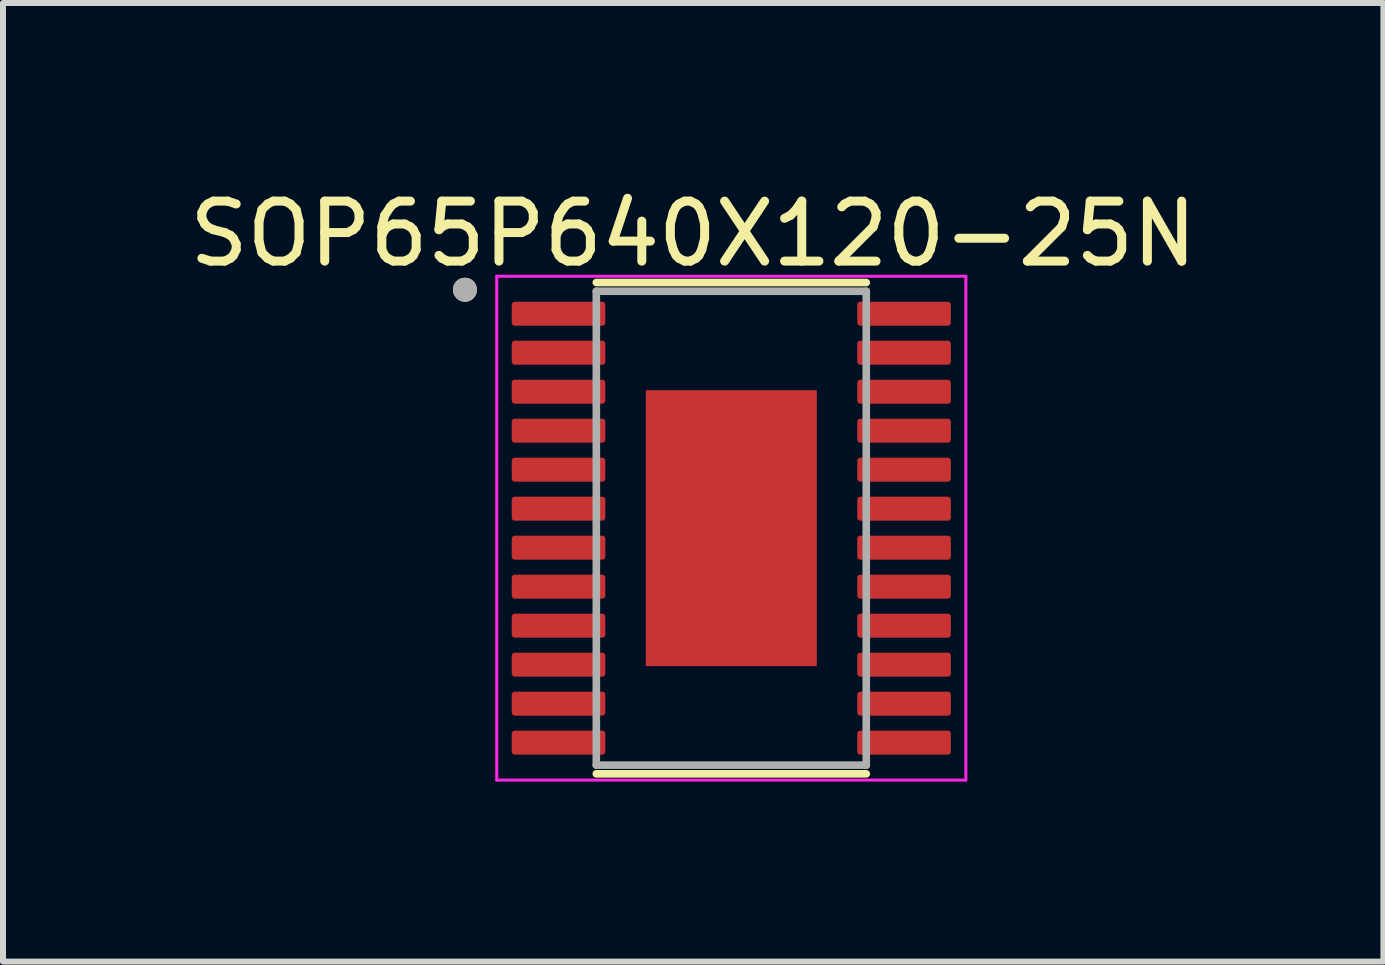
<source format=kicad_pcb>
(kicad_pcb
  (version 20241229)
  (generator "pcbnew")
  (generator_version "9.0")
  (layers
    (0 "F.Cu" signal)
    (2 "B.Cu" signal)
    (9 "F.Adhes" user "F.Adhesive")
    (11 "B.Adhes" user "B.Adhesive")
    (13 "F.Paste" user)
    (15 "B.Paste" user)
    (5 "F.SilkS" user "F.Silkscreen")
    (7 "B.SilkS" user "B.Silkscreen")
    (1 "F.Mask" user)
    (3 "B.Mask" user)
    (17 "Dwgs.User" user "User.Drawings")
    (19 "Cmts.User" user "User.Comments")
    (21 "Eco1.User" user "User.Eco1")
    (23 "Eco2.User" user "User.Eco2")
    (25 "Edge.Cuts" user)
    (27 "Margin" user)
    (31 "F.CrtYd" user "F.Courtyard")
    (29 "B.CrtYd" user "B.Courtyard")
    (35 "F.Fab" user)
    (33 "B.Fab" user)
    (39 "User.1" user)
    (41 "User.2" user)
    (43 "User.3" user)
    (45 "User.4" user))
  (footprint "SOP65P640X120-25N"
    (layer "F.Cu")
    (at 9.141 5.755)
    (property "Reference" "SOP65P640X120-25N" (at -0.635 -4.907 0) (layer "F.SilkS") (effects (font (size 1 1) (thickness 0.15))))
    (attr smd)
    (fp_line (start -2.25 -4.095) (end 2.25 -4.095) (stroke (width 0.127) (type solid)) (layer "F.SilkS"))
    (fp_line (start -2.25 4.095) (end 2.25 4.095) (stroke (width 0.127) (type solid)) (layer "F.SilkS"))
    (fp_circle (center -4.44 -3.975) (end -4.34 -3.975) (stroke (width 0.2) (type solid)) (fill no) (layer "F.SilkS"))
    (fp_poly (pts (xy -0.713 -1.15) (xy 0.713 -1.15) (xy 0.713 1.15) (xy -0.713 1.15)) (stroke (width 0.01) (type solid)) (fill yes) (layer "F.Paste"))
    (fp_line (start -3.91 -4.2) (end -3.91 4.2) (stroke (width 0.05) (type solid)) (layer "F.CrtYd"))
    (fp_line (start -3.91 -4.2) (end 3.91 -4.2) (stroke (width 0.05) (type solid)) (layer "F.CrtYd"))
    (fp_line (start -3.91 4.2) (end 3.91 4.2) (stroke (width 0.05) (type solid)) (layer "F.CrtYd"))
    (fp_line (start 3.91 -4.2) (end 3.91 4.2) (stroke (width 0.05) (type solid)) (layer "F.CrtYd"))
    (fp_line (start -2.25 -3.95) (end -2.25 3.95) (stroke (width 0.127) (type solid)) (layer "F.Fab"))
    (fp_line (start -2.25 -3.95) (end 2.25 -3.95) (stroke (width 0.127) (type solid)) (layer "F.Fab"))
    (fp_line (start -2.25 3.95) (end 2.25 3.95) (stroke (width 0.127) (type solid)) (layer "F.Fab"))
    (fp_line (start 2.25 -3.95) (end 2.25 3.95) (stroke (width 0.127) (type solid)) (layer "F.Fab"))
    (fp_circle (center -4.44 -3.975) (end -4.34 -3.975) (stroke (width 0.2) (type solid)) (fill no) (layer "F.Fab"))
    (pad "1" smd roundrect (at -2.88 -3.575) (size 1.56 0.4) (layers "F.Cu" "F.Mask" "F.Paste") (roundrect_rratio 0.125))
    (pad "2" smd roundrect (at -2.88 -2.925) (size 1.56 0.4) (layers "F.Cu" "F.Mask" "F.Paste") (roundrect_rratio 0.125))
    (pad "3" smd roundrect (at -2.88 -2.275) (size 1.56 0.4) (layers "F.Cu" "F.Mask" "F.Paste") (roundrect_rratio 0.125))
    (pad "4" smd roundrect (at -2.88 -1.625) (size 1.56 0.4) (layers "F.Cu" "F.Mask" "F.Paste") (roundrect_rratio 0.125))
    (pad "5" smd roundrect (at -2.88 -0.975) (size 1.56 0.4) (layers "F.Cu" "F.Mask" "F.Paste") (roundrect_rratio 0.125))
    (pad "6" smd roundrect (at -2.88 -0.325) (size 1.56 0.4) (layers "F.Cu" "F.Mask" "F.Paste") (roundrect_rratio 0.125))
    (pad "7" smd roundrect (at -2.88 0.325) (size 1.56 0.4) (layers "F.Cu" "F.Mask" "F.Paste") (roundrect_rratio 0.125))
    (pad "8" smd roundrect (at -2.88 0.975) (size 1.56 0.4) (layers "F.Cu" "F.Mask" "F.Paste") (roundrect_rratio 0.125))
    (pad "9" smd roundrect (at -2.88 1.625) (size 1.56 0.4) (layers "F.Cu" "F.Mask" "F.Paste") (roundrect_rratio 0.125))
    (pad "10" smd roundrect (at -2.88 2.275) (size 1.56 0.4) (layers "F.Cu" "F.Mask" "F.Paste") (roundrect_rratio 0.125))
    (pad "11" smd roundrect (at -2.88 2.925) (size 1.56 0.4) (layers "F.Cu" "F.Mask" "F.Paste") (roundrect_rratio 0.125))
    (pad "12" smd roundrect (at -2.88 3.575) (size 1.56 0.4) (layers "F.Cu" "F.Mask" "F.Paste") (roundrect_rratio 0.125))
    (pad "13" smd roundrect (at 2.88 3.575) (size 1.56 0.4) (layers "F.Cu" "F.Mask" "F.Paste") (roundrect_rratio 0.125))
    (pad "14" smd roundrect (at 2.88 2.925) (size 1.56 0.4) (layers "F.Cu" "F.Mask" "F.Paste") (roundrect_rratio 0.125))
    (pad "15" smd roundrect (at 2.88 2.275) (size 1.56 0.4) (layers "F.Cu" "F.Mask" "F.Paste") (roundrect_rratio 0.125))
    (pad "16" smd roundrect (at 2.88 1.625) (size 1.56 0.4) (layers "F.Cu" "F.Mask" "F.Paste") (roundrect_rratio 0.125))
    (pad "17" smd roundrect (at 2.88 0.975) (size 1.56 0.4) (layers "F.Cu" "F.Mask" "F.Paste") (roundrect_rratio 0.125))
    (pad "18" smd roundrect (at 2.88 0.325) (size 1.56 0.4) (layers "F.Cu" "F.Mask" "F.Paste") (roundrect_rratio 0.125))
    (pad "19" smd roundrect (at 2.88 -0.325) (size 1.56 0.4) (layers "F.Cu" "F.Mask" "F.Paste") (roundrect_rratio 0.125))
    (pad "20" smd roundrect (at 2.88 -0.975) (size 1.56 0.4) (layers "F.Cu" "F.Mask" "F.Paste") (roundrect_rratio 0.125))
    (pad "21" smd roundrect (at 2.88 -1.625) (size 1.56 0.4) (layers "F.Cu" "F.Mask" "F.Paste") (roundrect_rratio 0.125))
    (pad "22" smd roundrect (at 2.88 -2.275) (size 1.56 0.4) (layers "F.Cu" "F.Mask" "F.Paste") (roundrect_rratio 0.125))
    (pad "23" smd roundrect (at 2.88 -2.925) (size 1.56 0.4) (layers "F.Cu" "F.Mask" "F.Paste") (roundrect_rratio 0.125))
    (pad "24" smd roundrect (at 2.88 -3.575) (size 1.56 0.4) (layers "F.Cu" "F.Mask" "F.Paste") (roundrect_rratio 0.125))
    (pad "25" smd rect (at 0 0) (size 2.85 4.6) (layers "F.Cu" "F.Mask")))
  (gr_rect
    (start -3 -3)
    (end 20.012 12.98)
    (stroke (width 0.1) (type default))
    (fill no)
    (layer "Edge.Cuts")))
</source>
